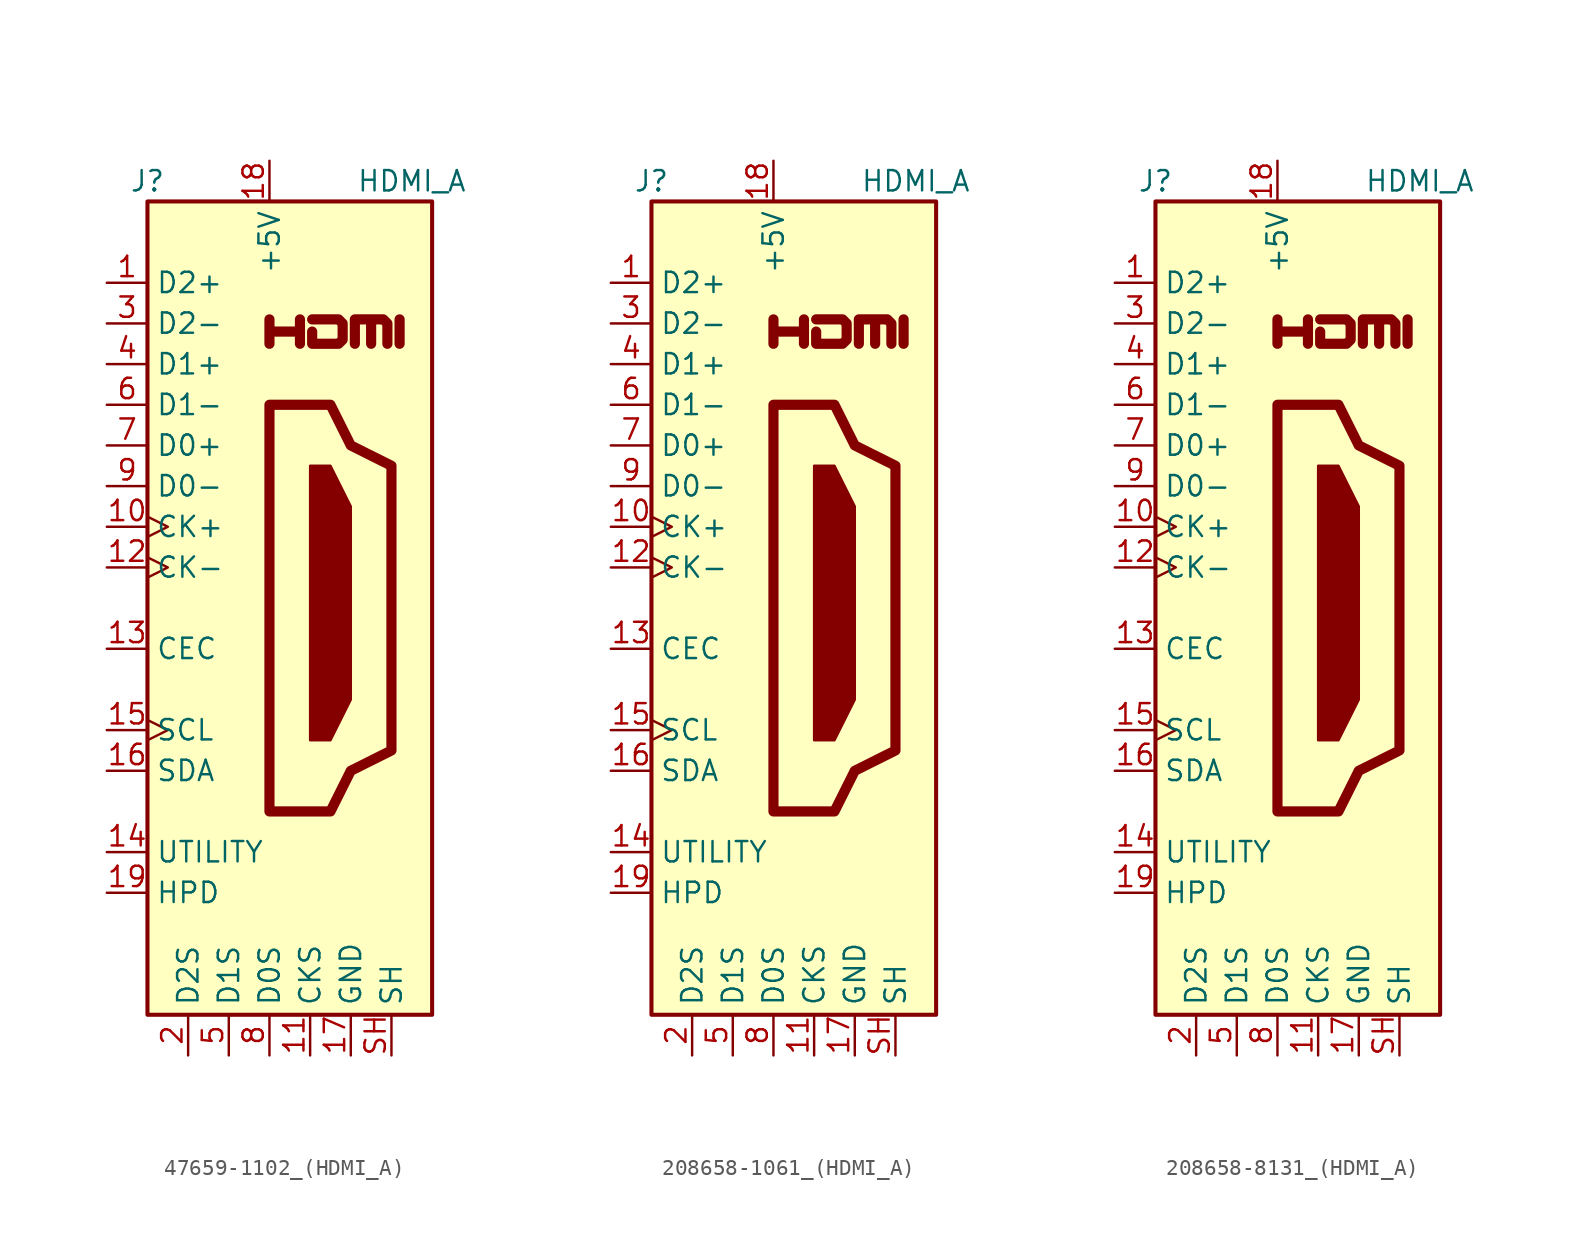
<source format=kicad_sym>
(kicad_symbol_lib
  (version 20241209)
  (generator "kicad_symbol_editor")
  (generator_version "9.0")
  (symbol "47659-1102_(HDMI_A)"
    (property "Reference" "J"
      (at -6.35 26.67 0)
      (effects (font (size 1.27 1.27))))
    (property "Value" "HDMI_A"
      (at 10.16 26.67 0)
      (effects (font (size 1.27 1.27))))
    (symbol "47659-1102_(HDMI_A)_0_0"
      (polyline (pts (xy 1.27 16.51) (xy 1.27 18.034) (xy 1.27 17.272) (xy 3.175 17.272) (xy 3.175 18.034) (xy 3.175 16.51)) (stroke (width 0.635) (type default)) (fill (type none)))
      (polyline (pts (xy 3.937 18.034) (xy 5.588 18.034) (xy 5.842 17.78) (xy 5.842 16.764) (xy 5.588 16.51) (xy 3.937 16.51) (xy 3.937 17.272)) (stroke (width 0.635) (type default)) (fill (type none)))
      (polyline (pts (xy 9.398 16.51) (xy 9.398 18.034)) (stroke (width 0.635) (type default)) (fill (type none))))
    (symbol "47659-1102_(HDMI_A)_0_1"
      (rectangle (start -6.35 25.4) (end 11.43 -25.4) (stroke (width 0.254) (type default)) (fill (type background)))
      (polyline (pts (xy 1.27 12.7) (xy 1.27 -12.7) (xy 5.08 -12.7) (xy 6.35 -10.16) (xy 8.89 -8.89) (xy 8.89 8.89) (xy 6.35 10.16) (xy 5.08 12.7) (xy 1.27 12.7)) (stroke (width 0.635) (type default)) (fill (type none)))
      (polyline (pts (xy 3.81 8.89) (xy 5.08 8.89) (xy 6.35 6.35) (xy 6.35 -5.715) (xy 5.08 -8.255) (xy 3.81 -8.255) (xy 3.81 8.89)) (stroke (width 0) (type default)) (fill (type outline)))
      (polyline (pts (xy 6.604 16.51) (xy 6.604 18.034) (xy 7.62 18.034) (xy 7.62 16.51) (xy 7.62 18.034) (xy 8.382 18.034) (xy 8.636 17.78) (xy 8.636 16.51)) (stroke (width 0.635) (type default)) (fill (type none))))
    (symbol "47659-1102_(HDMI_A)_1_1"
      (pin output line (at -8.89 20.32 0) (length 2.54) (name "D2+" (effects (font (size 1.27 1.27)))) (number "1" (effects (font (size 1.27 1.27)))))
      (pin output line (at -8.89 17.78 0) (length 2.54) (name "D2-" (effects (font (size 1.27 1.27)))) (number "3" (effects (font (size 1.27 1.27)))))
      (pin output line (at -8.89 15.24 0) (length 2.54) (name "D1+" (effects (font (size 1.27 1.27)))) (number "4" (effects (font (size 1.27 1.27)))))
      (pin output line (at -8.89 12.7 0) (length 2.54) (name "D1-" (effects (font (size 1.27 1.27)))) (number "6" (effects (font (size 1.27 1.27)))))
      (pin output line (at -8.89 10.16 0) (length 2.54) (name "D0+" (effects (font (size 1.27 1.27)))) (number "7" (effects (font (size 1.27 1.27)))))
      (pin output line (at -8.89 7.62 0) (length 2.54) (name "D0-" (effects (font (size 1.27 1.27)))) (number "9" (effects (font (size 1.27 1.27)))))
      (pin output clock (at -8.89 5.08 0) (length 2.54) (name "CK+" (effects (font (size 1.27 1.27)))) (number "10" (effects (font (size 1.27 1.27)))))
      (pin output clock (at -8.89 2.54 0) (length 2.54) (name "CK-" (effects (font (size 1.27 1.27)))) (number "12" (effects (font (size 1.27 1.27)))))
      (pin bidirectional line (at -8.89 -2.54 0) (length 2.54) (name "CEC" (effects (font (size 1.27 1.27)))) (number "13" (effects (font (size 1.27 1.27)))))
      (pin output clock (at -8.89 -7.62 0) (length 2.54) (name "SCL" (effects (font (size 1.27 1.27)))) (number "15" (effects (font (size 1.27 1.27)))))
      (pin bidirectional line (at -8.89 -10.16 0) (length 2.54) (name "SDA" (effects (font (size 1.27 1.27)))) (number "16" (effects (font (size 1.27 1.27)))))
      (pin bidirectional line (at -8.89 -15.24 0) (length 2.54) (name "UTILITY" (effects (font (size 1.27 1.27)))) (number "14" (effects (font (size 1.27 1.27)))))
      (pin input line (at -8.89 -17.78 0) (length 2.54) (name "HPD" (effects (font (size 1.27 1.27)))) (number "19" (effects (font (size 1.27 1.27)))))
      (pin power_in line (at -3.81 -27.94 90) (length 2.54) (name "D2S" (effects (font (size 1.27 1.27)))) (number "2" (effects (font (size 1.27 1.27)))))
      (pin power_in line (at -1.27 -27.94 90) (length 2.54) (name "D1S" (effects (font (size 1.27 1.27)))) (number "5" (effects (font (size 1.27 1.27)))))
      (pin power_out line (at 1.27 27.94 270) (length 2.54) (name "+5V" (effects (font (size 1.27 1.27)))) (number "18" (effects (font (size 1.27 1.27)))))
      (pin power_in line (at 1.27 -27.94 90) (length 2.54) (name "D0S" (effects (font (size 1.27 1.27)))) (number "8" (effects (font (size 1.27 1.27)))))
      (pin power_in line (at 3.81 -27.94 90) (length 2.54) (name "CKS" (effects (font (size 1.27 1.27)))) (number "11" (effects (font (size 1.27 1.27)))))
      (pin power_in line (at 6.35 -27.94 90) (length 2.54) (name "GND" (effects (font (size 1.27 1.27)))) (number "17" (effects (font (size 1.27 1.27)))))
      (pin passive line (at 8.89 -27.94 90) (length 2.54) (name "SH" (effects (font (size 1.27 1.27)))) (number "SH" (effects (font (size 1.27 1.27)))))))
  (symbol "208658-1061_(HDMI_A)"
    (property "Reference" "J"
      (at -6.35 26.67 0)
      (effects (font (size 1.27 1.27))))
    (property "Value" "HDMI_A"
      (at 10.16 26.67 0)
      (effects (font (size 1.27 1.27))))
    (symbol "208658-1061_(HDMI_A)_0_0"
      (polyline (pts (xy 1.27 16.51) (xy 1.27 18.034) (xy 1.27 17.272) (xy 3.175 17.272) (xy 3.175 18.034) (xy 3.175 16.51)) (stroke (width 0.635) (type default)) (fill (type none)))
      (polyline (pts (xy 3.937 18.034) (xy 5.588 18.034) (xy 5.842 17.78) (xy 5.842 16.764) (xy 5.588 16.51) (xy 3.937 16.51) (xy 3.937 17.272)) (stroke (width 0.635) (type default)) (fill (type none)))
      (polyline (pts (xy 9.398 16.51) (xy 9.398 18.034)) (stroke (width 0.635) (type default)) (fill (type none))))
    (symbol "208658-1061_(HDMI_A)_0_1"
      (rectangle (start -6.35 25.4) (end 11.43 -25.4) (stroke (width 0.254) (type default)) (fill (type background)))
      (polyline (pts (xy 1.27 12.7) (xy 1.27 -12.7) (xy 5.08 -12.7) (xy 6.35 -10.16) (xy 8.89 -8.89) (xy 8.89 8.89) (xy 6.35 10.16) (xy 5.08 12.7) (xy 1.27 12.7)) (stroke (width 0.635) (type default)) (fill (type none)))
      (polyline (pts (xy 3.81 8.89) (xy 5.08 8.89) (xy 6.35 6.35) (xy 6.35 -5.715) (xy 5.08 -8.255) (xy 3.81 -8.255) (xy 3.81 8.89)) (stroke (width 0) (type default)) (fill (type outline)))
      (polyline (pts (xy 6.604 16.51) (xy 6.604 18.034) (xy 7.62 18.034) (xy 7.62 16.51) (xy 7.62 18.034) (xy 8.382 18.034) (xy 8.636 17.78) (xy 8.636 16.51)) (stroke (width 0.635) (type default)) (fill (type none))))
    (symbol "208658-1061_(HDMI_A)_1_1"
      (pin output line (at -8.89 20.32 0) (length 2.54) (name "D2+" (effects (font (size 1.27 1.27)))) (number "1" (effects (font (size 1.27 1.27)))))
      (pin output line (at -8.89 17.78 0) (length 2.54) (name "D2-" (effects (font (size 1.27 1.27)))) (number "3" (effects (font (size 1.27 1.27)))))
      (pin output line (at -8.89 15.24 0) (length 2.54) (name "D1+" (effects (font (size 1.27 1.27)))) (number "4" (effects (font (size 1.27 1.27)))))
      (pin output line (at -8.89 12.7 0) (length 2.54) (name "D1-" (effects (font (size 1.27 1.27)))) (number "6" (effects (font (size 1.27 1.27)))))
      (pin output line (at -8.89 10.16 0) (length 2.54) (name "D0+" (effects (font (size 1.27 1.27)))) (number "7" (effects (font (size 1.27 1.27)))))
      (pin output line (at -8.89 7.62 0) (length 2.54) (name "D0-" (effects (font (size 1.27 1.27)))) (number "9" (effects (font (size 1.27 1.27)))))
      (pin output clock (at -8.89 5.08 0) (length 2.54) (name "CK+" (effects (font (size 1.27 1.27)))) (number "10" (effects (font (size 1.27 1.27)))))
      (pin output clock (at -8.89 2.54 0) (length 2.54) (name "CK-" (effects (font (size 1.27 1.27)))) (number "12" (effects (font (size 1.27 1.27)))))
      (pin bidirectional line (at -8.89 -2.54 0) (length 2.54) (name "CEC" (effects (font (size 1.27 1.27)))) (number "13" (effects (font (size 1.27 1.27)))))
      (pin output clock (at -8.89 -7.62 0) (length 2.54) (name "SCL" (effects (font (size 1.27 1.27)))) (number "15" (effects (font (size 1.27 1.27)))))
      (pin bidirectional line (at -8.89 -10.16 0) (length 2.54) (name "SDA" (effects (font (size 1.27 1.27)))) (number "16" (effects (font (size 1.27 1.27)))))
      (pin bidirectional line (at -8.89 -15.24 0) (length 2.54) (name "UTILITY" (effects (font (size 1.27 1.27)))) (number "14" (effects (font (size 1.27 1.27)))))
      (pin input line (at -8.89 -17.78 0) (length 2.54) (name "HPD" (effects (font (size 1.27 1.27)))) (number "19" (effects (font (size 1.27 1.27)))))
      (pin power_in line (at -3.81 -27.94 90) (length 2.54) (name "D2S" (effects (font (size 1.27 1.27)))) (number "2" (effects (font (size 1.27 1.27)))))
      (pin power_in line (at -1.27 -27.94 90) (length 2.54) (name "D1S" (effects (font (size 1.27 1.27)))) (number "5" (effects (font (size 1.27 1.27)))))
      (pin power_out line (at 1.27 27.94 270) (length 2.54) (name "+5V" (effects (font (size 1.27 1.27)))) (number "18" (effects (font (size 1.27 1.27)))))
      (pin power_in line (at 1.27 -27.94 90) (length 2.54) (name "D0S" (effects (font (size 1.27 1.27)))) (number "8" (effects (font (size 1.27 1.27)))))
      (pin power_in line (at 3.81 -27.94 90) (length 2.54) (name "CKS" (effects (font (size 1.27 1.27)))) (number "11" (effects (font (size 1.27 1.27)))))
      (pin power_in line (at 6.35 -27.94 90) (length 2.54) (name "GND" (effects (font (size 1.27 1.27)))) (number "17" (effects (font (size 1.27 1.27)))))
      (pin passive line (at 8.89 -27.94 90) (length 2.54) (name "SH" (effects (font (size 1.27 1.27)))) (number "SH" (effects (font (size 1.27 1.27)))))))
  (symbol "208658-8131_(HDMI_A)"
    (property "Reference" "J"
      (at -6.35 26.67 0)
      (effects (font (size 1.27 1.27))))
    (property "Value" "HDMI_A"
      (at 10.16 26.67 0)
      (effects (font (size 1.27 1.27))))
    (symbol "208658-8131_(HDMI_A)_0_0"
      (polyline (pts (xy 1.27 16.51) (xy 1.27 18.034) (xy 1.27 17.272) (xy 3.175 17.272) (xy 3.175 18.034) (xy 3.175 16.51)) (stroke (width 0.635) (type default)) (fill (type none)))
      (polyline (pts (xy 3.937 18.034) (xy 5.588 18.034) (xy 5.842 17.78) (xy 5.842 16.764) (xy 5.588 16.51) (xy 3.937 16.51) (xy 3.937 17.272)) (stroke (width 0.635) (type default)) (fill (type none)))
      (polyline (pts (xy 9.398 16.51) (xy 9.398 18.034)) (stroke (width 0.635) (type default)) (fill (type none))))
    (symbol "208658-8131_(HDMI_A)_0_1"
      (rectangle (start -6.35 25.4) (end 11.43 -25.4) (stroke (width 0.254) (type default)) (fill (type background)))
      (polyline (pts (xy 1.27 12.7) (xy 1.27 -12.7) (xy 5.08 -12.7) (xy 6.35 -10.16) (xy 8.89 -8.89) (xy 8.89 8.89) (xy 6.35 10.16) (xy 5.08 12.7) (xy 1.27 12.7)) (stroke (width 0.635) (type default)) (fill (type none)))
      (polyline (pts (xy 3.81 8.89) (xy 5.08 8.89) (xy 6.35 6.35) (xy 6.35 -5.715) (xy 5.08 -8.255) (xy 3.81 -8.255) (xy 3.81 8.89)) (stroke (width 0) (type default)) (fill (type outline)))
      (polyline (pts (xy 6.604 16.51) (xy 6.604 18.034) (xy 7.62 18.034) (xy 7.62 16.51) (xy 7.62 18.034) (xy 8.382 18.034) (xy 8.636 17.78) (xy 8.636 16.51)) (stroke (width 0.635) (type default)) (fill (type none))))
    (symbol "208658-8131_(HDMI_A)_1_1"
      (pin output line (at -8.89 20.32 0) (length 2.54) (name "D2+" (effects (font (size 1.27 1.27)))) (number "1" (effects (font (size 1.27 1.27)))))
      (pin output line (at -8.89 17.78 0) (length 2.54) (name "D2-" (effects (font (size 1.27 1.27)))) (number "3" (effects (font (size 1.27 1.27)))))
      (pin output line (at -8.89 15.24 0) (length 2.54) (name "D1+" (effects (font (size 1.27 1.27)))) (number "4" (effects (font (size 1.27 1.27)))))
      (pin output line (at -8.89 12.7 0) (length 2.54) (name "D1-" (effects (font (size 1.27 1.27)))) (number "6" (effects (font (size 1.27 1.27)))))
      (pin output line (at -8.89 10.16 0) (length 2.54) (name "D0+" (effects (font (size 1.27 1.27)))) (number "7" (effects (font (size 1.27 1.27)))))
      (pin output line (at -8.89 7.62 0) (length 2.54) (name "D0-" (effects (font (size 1.27 1.27)))) (number "9" (effects (font (size 1.27 1.27)))))
      (pin output clock (at -8.89 5.08 0) (length 2.54) (name "CK+" (effects (font (size 1.27 1.27)))) (number "10" (effects (font (size 1.27 1.27)))))
      (pin output clock (at -8.89 2.54 0) (length 2.54) (name "CK-" (effects (font (size 1.27 1.27)))) (number "12" (effects (font (size 1.27 1.27)))))
      (pin bidirectional line (at -8.89 -2.54 0) (length 2.54) (name "CEC" (effects (font (size 1.27 1.27)))) (number "13" (effects (font (size 1.27 1.27)))))
      (pin output clock (at -8.89 -7.62 0) (length 2.54) (name "SCL" (effects (font (size 1.27 1.27)))) (number "15" (effects (font (size 1.27 1.27)))))
      (pin bidirectional line (at -8.89 -10.16 0) (length 2.54) (name "SDA" (effects (font (size 1.27 1.27)))) (number "16" (effects (font (size 1.27 1.27)))))
      (pin bidirectional line (at -8.89 -15.24 0) (length 2.54) (name "UTILITY" (effects (font (size 1.27 1.27)))) (number "14" (effects (font (size 1.27 1.27)))))
      (pin input line (at -8.89 -17.78 0) (length 2.54) (name "HPD" (effects (font (size 1.27 1.27)))) (number "19" (effects (font (size 1.27 1.27)))))
      (pin power_in line (at -3.81 -27.94 90) (length 2.54) (name "D2S" (effects (font (size 1.27 1.27)))) (number "2" (effects (font (size 1.27 1.27)))))
      (pin power_in line (at -1.27 -27.94 90) (length 2.54) (name "D1S" (effects (font (size 1.27 1.27)))) (number "5" (effects (font (size 1.27 1.27)))))
      (pin power_out line (at 1.27 27.94 270) (length 2.54) (name "+5V" (effects (font (size 1.27 1.27)))) (number "18" (effects (font (size 1.27 1.27)))))
      (pin power_in line (at 1.27 -27.94 90) (length 2.54) (name "D0S" (effects (font (size 1.27 1.27)))) (number "8" (effects (font (size 1.27 1.27)))))
      (pin power_in line (at 3.81 -27.94 90) (length 2.54) (name "CKS" (effects (font (size 1.27 1.27)))) (number "11" (effects (font (size 1.27 1.27)))))
      (pin power_in line (at 6.35 -27.94 90) (length 2.54) (name "GND" (effects (font (size 1.27 1.27)))) (number "17" (effects (font (size 1.27 1.27)))))
      (pin passive line (at 8.89 -27.94 90) (length 2.54) (name "SH" (effects (font (size 1.27 1.27)))) (number "SH" (effects (font (size 1.27 1.27))))))))
</source>
